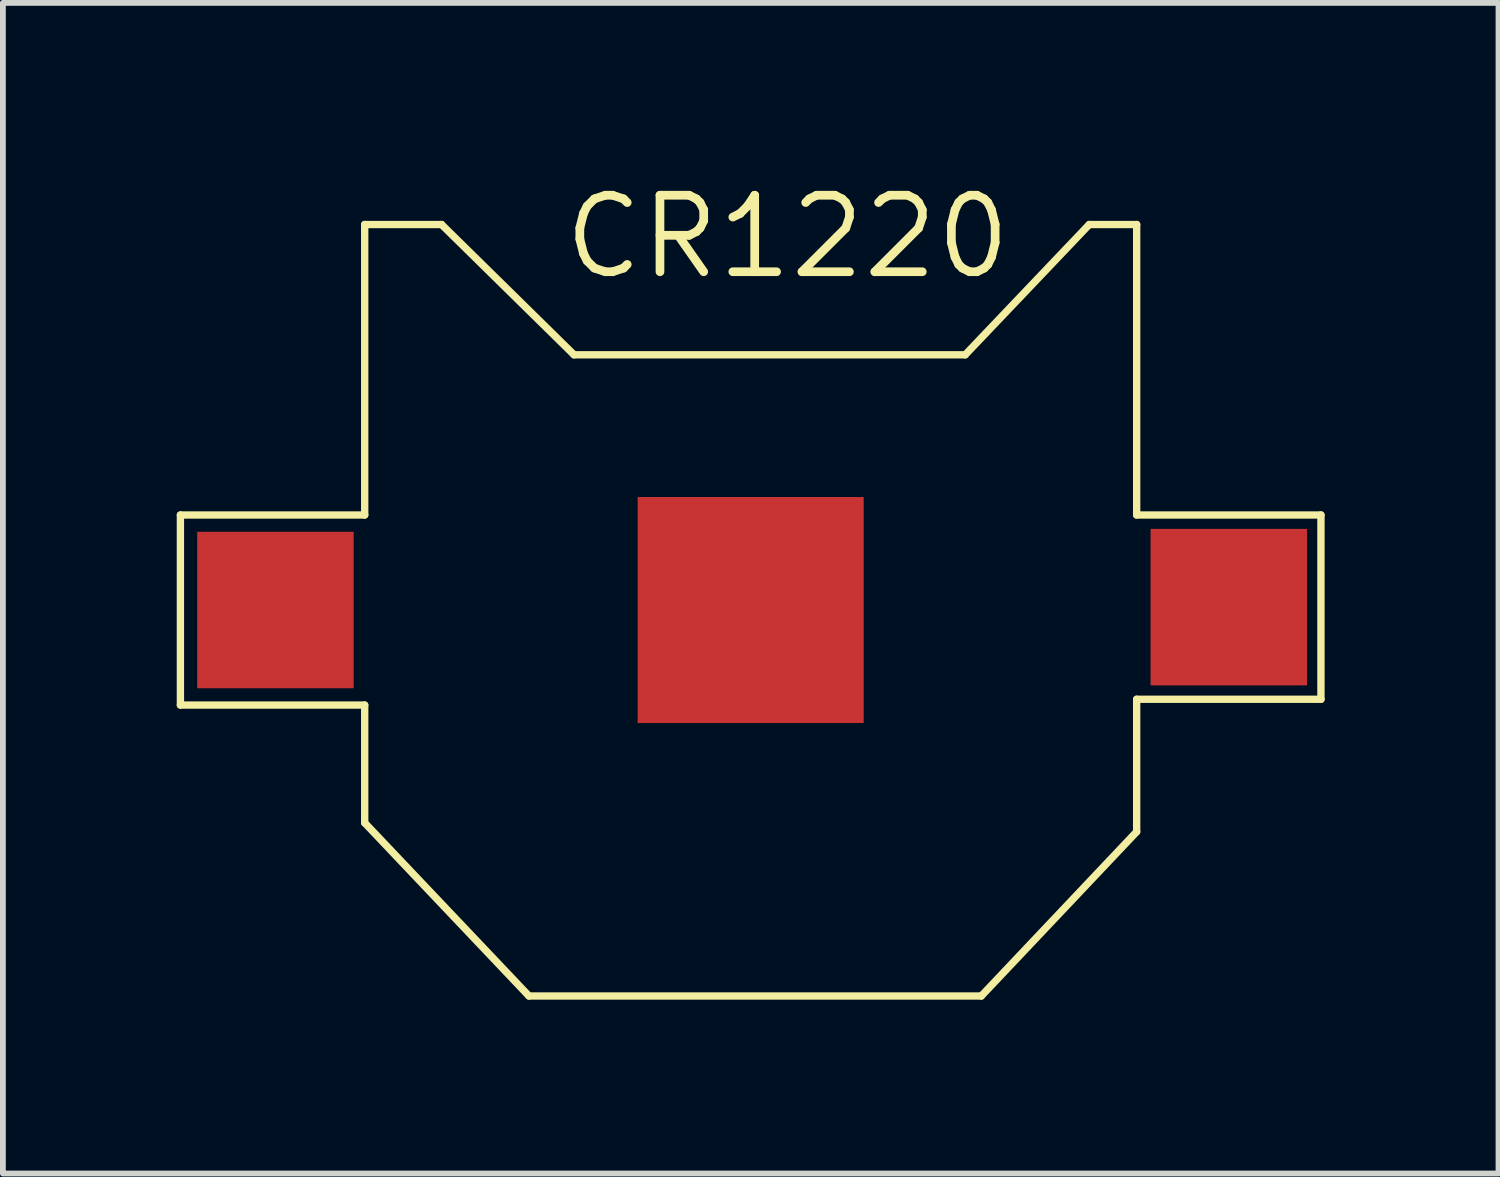
<source format=kicad_pcb>
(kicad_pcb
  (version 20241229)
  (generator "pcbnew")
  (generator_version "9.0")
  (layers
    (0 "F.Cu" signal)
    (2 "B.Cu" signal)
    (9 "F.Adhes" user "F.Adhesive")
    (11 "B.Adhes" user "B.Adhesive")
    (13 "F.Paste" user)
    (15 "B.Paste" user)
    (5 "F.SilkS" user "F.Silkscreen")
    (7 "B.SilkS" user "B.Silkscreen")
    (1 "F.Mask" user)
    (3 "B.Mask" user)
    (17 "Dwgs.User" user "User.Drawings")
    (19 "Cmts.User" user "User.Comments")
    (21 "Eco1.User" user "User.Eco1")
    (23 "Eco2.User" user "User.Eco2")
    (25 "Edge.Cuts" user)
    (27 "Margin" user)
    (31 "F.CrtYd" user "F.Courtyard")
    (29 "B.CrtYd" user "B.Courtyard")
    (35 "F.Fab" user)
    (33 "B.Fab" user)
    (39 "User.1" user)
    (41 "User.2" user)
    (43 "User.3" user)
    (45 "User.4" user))
  (footprint "CR1220"
    (layer "F.Cu")
    (at 9.903 7.476)
    (property "Reference" "CR1220" (at 0.635 -6.44 0) (layer "F.SilkS") (effects (font (size 1.32 1.32) (thickness 0.15))))
    (attr smd exclude_from_bom)
    (fp_line (start -9.84 -1.64) (end -9.84 1.64) (stroke (width 0.127) (type solid)) (layer "F.SilkS"))
    (fp_line (start -9.84 1.64) (end -6.66 1.64) (stroke (width 0.127) (type solid)) (layer "F.SilkS"))
    (fp_line (start -6.66 -6.652) (end -6.66 -1.64) (stroke (width 0.127) (type solid)) (layer "F.SilkS"))
    (fp_line (start -6.66 -1.64) (end -9.84 -1.64) (stroke (width 0.127) (type solid)) (layer "F.SilkS"))
    (fp_line (start -6.66 1.64) (end -6.66 3.672) (stroke (width 0.127) (type solid)) (layer "F.SilkS"))
    (fp_line (start -6.66 3.672) (end -3.826 6.66) (stroke (width 0.127) (type solid)) (layer "F.SilkS"))
    (fp_line (start -5.334 -6.652) (end -6.66 -6.652) (stroke (width 0.127) (type solid)) (layer "F.SilkS"))
    (fp_line (start -3.826 6.66) (end 3.98 6.66) (stroke (width 0.127) (type solid)) (layer "F.SilkS"))
    (fp_line (start -3.048 -4.404) (end -5.334 -6.652) (stroke (width 0.127) (type solid)) (layer "F.SilkS"))
    (fp_line (start 3.702 -4.404) (end -3.048 -4.404) (stroke (width 0.127) (type solid)) (layer "F.SilkS"))
    (fp_line (start 3.98 6.66) (end 6.66 3.826) (stroke (width 0.127) (type solid)) (layer "F.SilkS"))
    (fp_line (start 5.842 -6.652) (end 3.702 -4.404) (stroke (width 0.127) (type solid)) (layer "F.SilkS"))
    (fp_line (start 6.66 -6.652) (end 5.842 -6.652) (stroke (width 0.127) (type solid)) (layer "F.SilkS"))
    (fp_line (start 6.66 -1.64) (end 6.66 -6.652) (stroke (width 0.127) (type solid)) (layer "F.SilkS"))
    (fp_line (start 6.66 1.54) (end 9.84 1.54) (stroke (width 0.127) (type solid)) (layer "F.SilkS"))
    (fp_line (start 6.66 3.826) (end 6.66 1.54) (stroke (width 0.127) (type solid)) (layer "F.SilkS"))
    (fp_line (start 9.84 -1.64) (end 6.66 -1.64) (stroke (width 0.127) (type solid)) (layer "F.SilkS"))
    (fp_line (start 9.84 1.54) (end 9.84 -1.64) (stroke (width 0.127) (type solid)) (layer "F.SilkS"))
    (pad "" smd rect (at 8.25 -0.05) (size 2.7 2.7) (layers "F.Cu" "F.Mask" "F.Paste"))
    (pad "1" smd rect (at -8.2 0) (size 2.7 2.7) (layers "F.Cu" "F.Mask" "F.Paste"))
    (pad "2" smd rect (at 0 0) (size 3.9 3.9) (layers "F.Cu" "F.Mask" "F.Paste")))
  (gr_rect
    (start -3 -3)
    (end 22.807 17.199)
    (stroke (width 0.1) (type default))
    (fill no)
    (layer "Edge.Cuts")))
</source>
